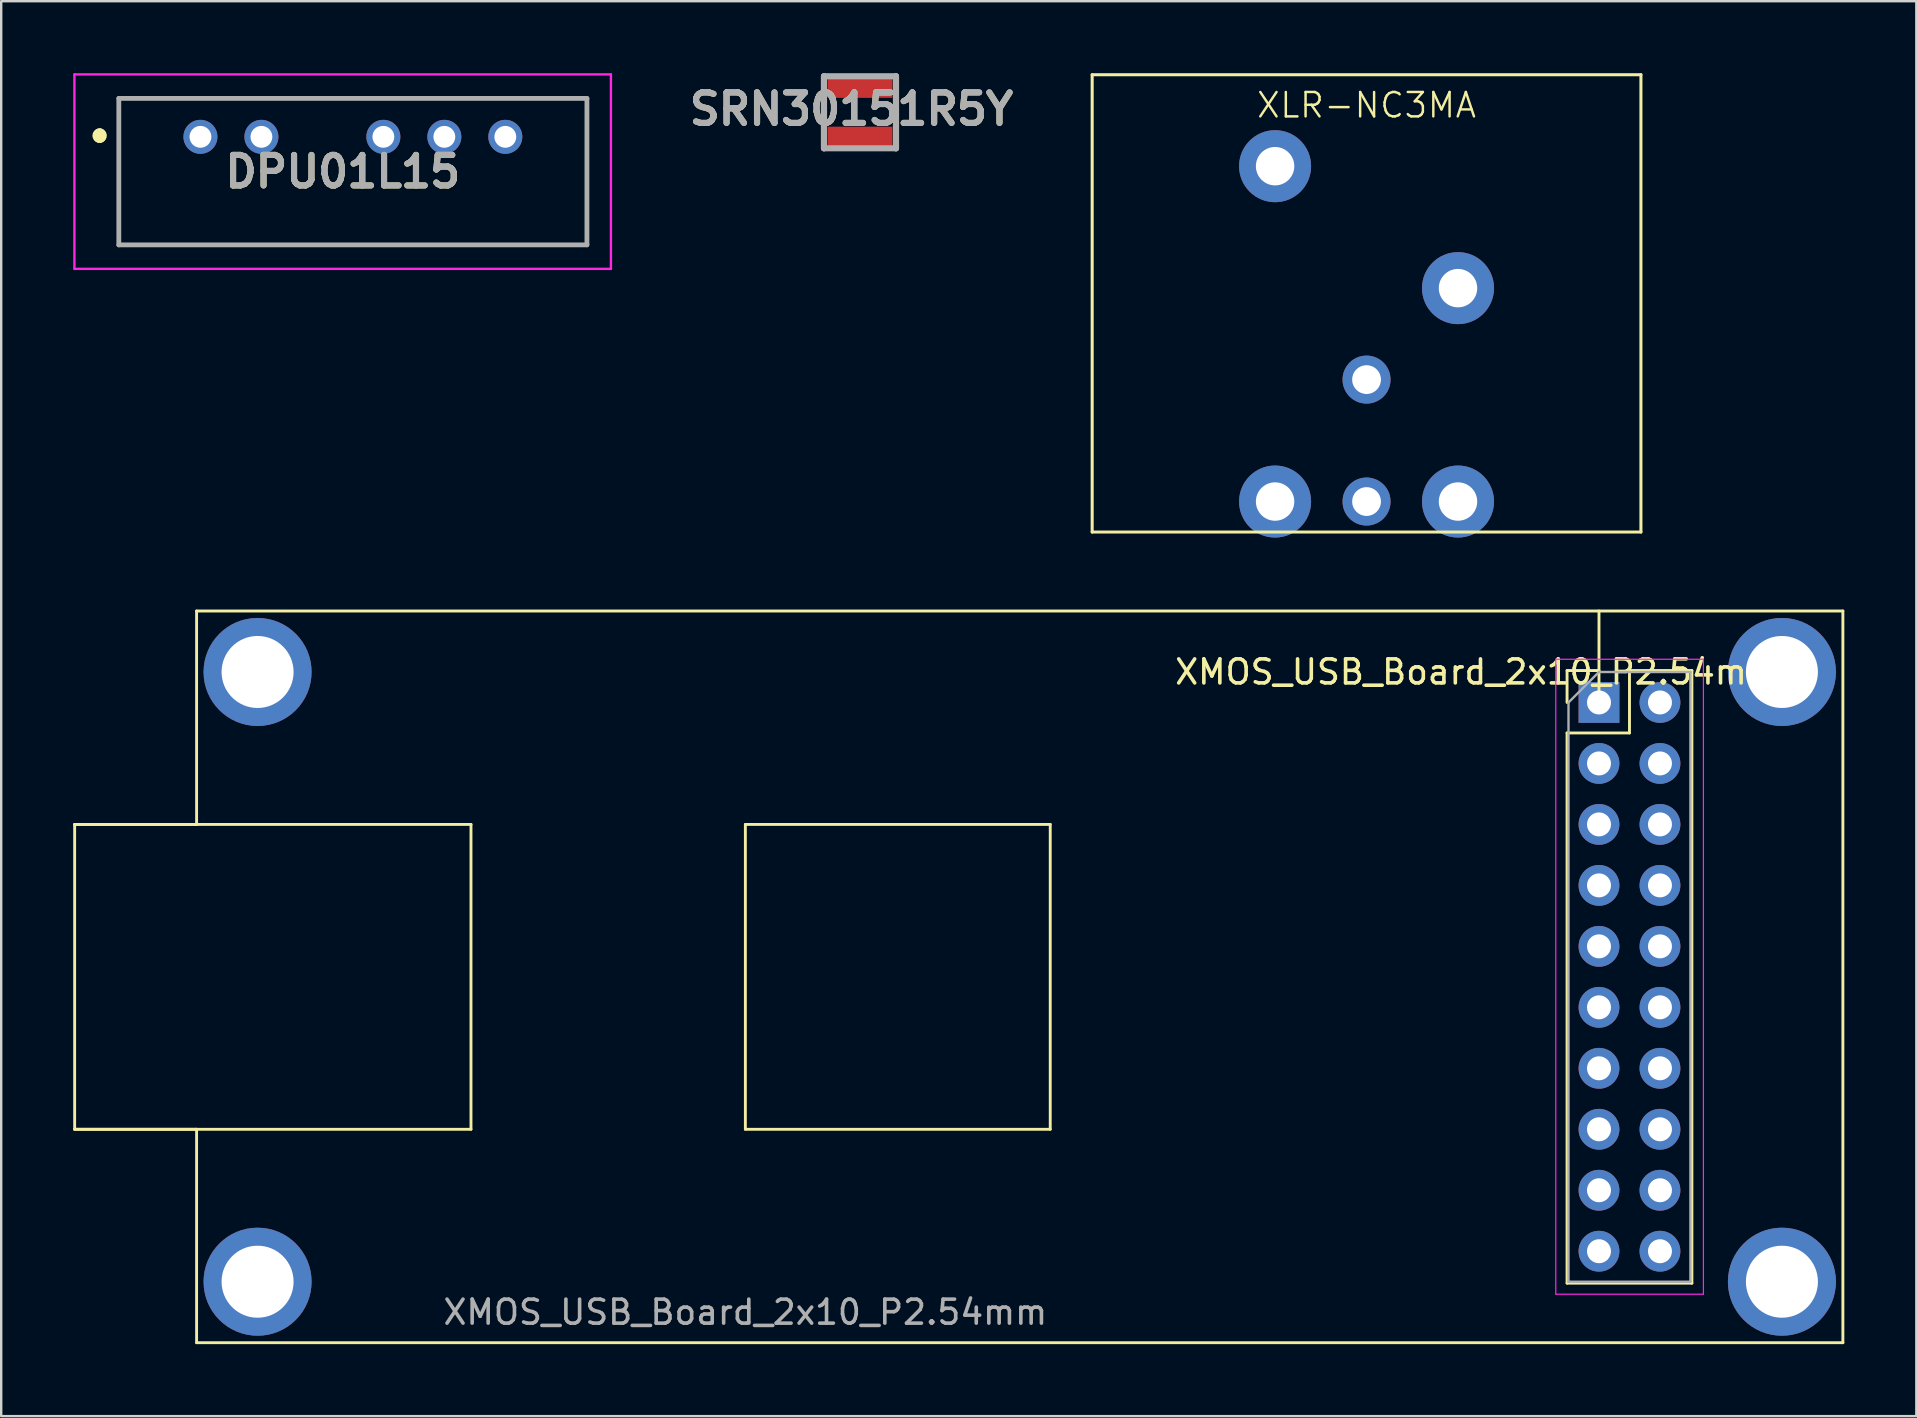
<source format=kicad_pcb>
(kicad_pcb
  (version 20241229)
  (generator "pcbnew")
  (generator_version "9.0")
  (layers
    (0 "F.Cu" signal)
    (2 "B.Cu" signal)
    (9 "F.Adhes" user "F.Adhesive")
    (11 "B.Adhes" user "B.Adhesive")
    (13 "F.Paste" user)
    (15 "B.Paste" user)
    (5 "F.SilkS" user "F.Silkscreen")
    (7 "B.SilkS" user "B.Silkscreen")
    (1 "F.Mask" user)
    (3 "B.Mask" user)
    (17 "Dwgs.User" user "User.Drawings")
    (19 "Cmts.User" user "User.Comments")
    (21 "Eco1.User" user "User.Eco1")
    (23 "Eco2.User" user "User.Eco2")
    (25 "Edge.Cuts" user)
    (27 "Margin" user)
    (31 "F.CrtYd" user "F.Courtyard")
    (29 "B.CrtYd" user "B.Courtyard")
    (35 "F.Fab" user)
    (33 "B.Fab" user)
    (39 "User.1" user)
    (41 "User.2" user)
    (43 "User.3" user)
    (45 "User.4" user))
  (footprint "SRN30151R5Y"
    (layer "F.Cu")
    (at 32.775 1.627)
    (property "Reference" "SRN30151R5Y" (at -0.358 -0.132 0) (layer "F.SilkS") (effects (font (size 1.27 1.27) (thickness 0.254))))
    (attr smd)
    (fp_line (start -1.5 -1.5) (end -1.5 1.5) (stroke (width 0.254) (type solid)) (layer "F.SilkS"))
    (fp_line (start 1.5 -1.5) (end 1.5 1.5) (stroke (width 0.254) (type solid)) (layer "F.SilkS"))
    (fp_line (start -1.5 -1.5) (end 1.5 -1.5) (stroke (width 0.254) (type solid)) (layer "F.Fab"))
    (fp_line (start -1.5 1.5) (end -1.5 -1.5) (stroke (width 0.254) (type solid)) (layer "F.Fab"))
    (fp_line (start 1.5 -1.5) (end 1.5 1.5) (stroke (width 0.254) (type solid)) (layer "F.Fab"))
    (fp_line (start 1.5 1.5) (end -1.5 1.5) (stroke (width 0.254) (type solid)) (layer "F.Fab"))
    (fp_text user "${REFERENCE}" (at -0.358 -0.132 0) (layer "F.Fab") (effects (font (size 1.27 1.27) (thickness 0.254))))
    (pad "1" smd rect (at 0 -1.1 90) (size 1 2.7) (layers "F.Cu" "F.Mask" "F.Paste"))
    (pad "2" smd rect (at 0 1.1 90) (size 1 2.7) (layers "F.Cu" "F.Mask" "F.Paste")))
  (footprint "XLR-NC3MA"
    (layer "F.Cu")
    (at 53.877 9.588)
    (property "Reference" "XLR-NC3MA" (at 0 -8.255 0) (layer "F.SilkS") (effects (font (size 1.016 1.016) (thickness 0.102))))
    (attr through_hole)
    (fp_line (start -11.43 -9.525) (end -11.43 9.525) (stroke (width 0.127) (type solid)) (layer "F.SilkS"))
    (fp_line (start -11.43 -9.525) (end 11.43 -9.525) (stroke (width 0.127) (type solid)) (layer "F.SilkS"))
    (fp_line (start -11.43 9.525) (end 11.43 9.525) (stroke (width 0.127) (type solid)) (layer "F.SilkS"))
    (fp_line (start 11.43 9.525) (end 11.43 -9.525) (stroke (width 0.127) (type solid)) (layer "F.SilkS"))
    (pad "1" thru_hole circle (at 3.81 8.255) (size 3 3) (drill 1.6) (layers "*.Cu" "*.Mask"))
    (pad "2" thru_hole circle (at -3.81 8.255) (size 3 3) (drill 1.6) (layers "*.Cu" "*.Mask"))
    (pad "3" thru_hole circle (at 0 8.255) (size 2 2) (drill 1.2) (layers "*.Cu" "*.Mask"))
    (pad "4" thru_hole circle (at 0 3.175) (size 2 2) (drill 1.2) (layers "*.Cu" "*.Mask"))
    (pad "Hole" thru_hole circle (at -3.81 -5.715) (size 3 3) (drill 1.6) (layers "*.Cu" "*.Mask"))
    (pad "Hole" thru_hole circle (at 3.81 -0.635) (size 3 3) (drill 1.6) (layers "*.Cu" "*.Mask")))
  (footprint "DPU01L15"
    (layer "F.Cu")
    (at 5.3 2.65)
    (property "Reference" "DPU01L15" (at 5.925 1.45 0) (layer "F.SilkS") (effects (font (size 1.27 1.27) (thickness 0.254))))
    (attr through_hole)
    (fp_line (start -4.2 -0.1) (end -4.2 -0.1) (stroke (width 0.5) (type solid)) (layer "F.SilkS"))
    (fp_line (start -4.2 0) (end -4.2 0) (stroke (width 0.5) (type solid)) (layer "F.SilkS"))
    (fp_line (start -3.4 -1.6) (end 16.1 -1.6) (stroke (width 0.1) (type solid)) (layer "F.SilkS"))
    (fp_line (start -3.4 4.5) (end -3.4 -1.6) (stroke (width 0.1) (type solid)) (layer "F.SilkS"))
    (fp_line (start 16.1 -1.6) (end 16.1 4.5) (stroke (width 0.1) (type solid)) (layer "F.SilkS"))
    (fp_line (start 16.1 4.5) (end -3.4 4.5) (stroke (width 0.1) (type solid)) (layer "F.SilkS"))
    (fp_arc (start -4.2 -0.1) (mid -4.15 -0.05) (end -4.2 0) (stroke (width 0.5) (type solid)) (layer "F.SilkS"))
    (fp_arc (start -4.2 0) (mid -4.25 -0.05) (end -4.2 -0.1) (stroke (width 0.5) (type solid)) (layer "F.SilkS"))
    (fp_line (start -5.25 -2.6) (end 17.1 -2.6) (stroke (width 0.1) (type solid)) (layer "F.CrtYd"))
    (fp_line (start -5.25 5.5) (end -5.25 -2.6) (stroke (width 0.1) (type solid)) (layer "F.CrtYd"))
    (fp_line (start 17.1 -2.6) (end 17.1 5.5) (stroke (width 0.1) (type solid)) (layer "F.CrtYd"))
    (fp_line (start 17.1 5.5) (end -5.25 5.5) (stroke (width 0.1) (type solid)) (layer "F.CrtYd"))
    (fp_line (start -3.4 -1.6) (end 16.1 -1.6) (stroke (width 0.2) (type solid)) (layer "F.Fab"))
    (fp_line (start -3.4 4.5) (end -3.4 -1.6) (stroke (width 0.2) (type solid)) (layer "F.Fab"))
    (fp_line (start 16.1 -1.6) (end 16.1 4.5) (stroke (width 0.2) (type solid)) (layer "F.Fab"))
    (fp_line (start 16.1 4.5) (end -3.4 4.5) (stroke (width 0.2) (type solid)) (layer "F.Fab"))
    (fp_text user "${REFERENCE}" (at 5.925 1.45 0) (layer "F.Fab") (effects (font (size 1.27 1.27) (thickness 0.254))))
    (pad "1" thru_hole circle (at 0 0) (size 1.416 1.416) (drill 0.91) (layers "*.Cu" "*.Mask"))
    (pad "2" thru_hole circle (at 2.54 0) (size 1.416 1.416) (drill 0.91) (layers "*.Cu" "*.Mask"))
    (pad "4" thru_hole circle (at 7.62 0) (size 1.416 1.416) (drill 0.91) (layers "*.Cu" "*.Mask"))
    (pad "5" thru_hole circle (at 10.16 0) (size 1.416 1.416) (drill 0.91) (layers "*.Cu" "*.Mask"))
    (pad "6" thru_hole circle (at 12.7 0) (size 1.416 1.416) (drill 0.91) (layers "*.Cu" "*.Mask")))
  (footprint "XMOS_USB_Board_2x10_P2.54mm"
    (layer "F.Cu")
    (at 63.56 26.213)
    (property "Reference" "XMOS_USB_Board_2x10_P2.54mm" (at -5.08 -1.27 0) (layer "F.SilkS") (effects (font (size 1 1) (thickness 0.15))))
    (attr through_hole)
    (fp_line (start -63.5 5.08) (end -63.5 17.78) (stroke (width 0.12) (type solid)) (layer "F.SilkS"))
    (fp_line (start -63.5 5.08) (end -46.99 5.08) (stroke (width 0.12) (type solid)) (layer "F.SilkS"))
    (fp_line (start -63.5 17.78) (end -58.42 17.78) (stroke (width 0.12) (type solid)) (layer "F.SilkS"))
    (fp_line (start -58.42 -3.81) (end -58.42 5.08) (stroke (width 0.12) (type solid)) (layer "F.SilkS"))
    (fp_line (start -58.42 -3.81) (end 10.16 -3.81) (stroke (width 0.12) (type solid)) (layer "F.SilkS"))
    (fp_line (start -58.42 5.08) (end -63.5 5.08) (stroke (width 0.12) (type solid)) (layer "F.SilkS"))
    (fp_line (start -58.42 26.67) (end -58.42 17.78) (stroke (width 0.12) (type solid)) (layer "F.SilkS"))
    (fp_line (start -58.42 26.67) (end 10.16 26.67) (stroke (width 0.12) (type solid)) (layer "F.SilkS"))
    (fp_line (start -46.99 5.08) (end -46.99 17.78) (stroke (width 0.12) (type solid)) (layer "F.SilkS"))
    (fp_line (start -46.99 17.78) (end -63.5 17.78) (stroke (width 0.12) (type solid)) (layer "F.SilkS"))
    (fp_line (start -35.56 5.08) (end -22.86 5.08) (stroke (width 0.12) (type solid)) (layer "F.SilkS"))
    (fp_line (start -35.56 17.78) (end -35.56 5.08) (stroke (width 0.12) (type solid)) (layer "F.SilkS"))
    (fp_line (start -22.86 5.08) (end -22.86 17.78) (stroke (width 0.12) (type solid)) (layer "F.SilkS"))
    (fp_line (start -22.86 17.78) (end -35.56 17.78) (stroke (width 0.12) (type solid)) (layer "F.SilkS"))
    (fp_line (start -1.33 -1.33) (end 0 -1.33) (stroke (width 0.12) (type solid)) (layer "F.SilkS"))
    (fp_line (start -1.33 0) (end -1.33 -1.33) (stroke (width 0.12) (type solid)) (layer "F.SilkS"))
    (fp_line (start -1.33 1.27) (end -1.33 24.19) (stroke (width 0.12) (type solid)) (layer "F.SilkS"))
    (fp_line (start -1.33 1.27) (end 1.27 1.27) (stroke (width 0.12) (type solid)) (layer "F.SilkS"))
    (fp_line (start -1.33 24.19) (end 3.87 24.19) (stroke (width 0.12) (type solid)) (layer "F.SilkS"))
    (fp_line (start 0 0) (end 0 -3.81) (stroke (width 0.12) (type solid)) (layer "F.SilkS"))
    (fp_line (start 1.27 -1.33) (end 3.87 -1.33) (stroke (width 0.12) (type solid)) (layer "F.SilkS"))
    (fp_line (start 1.27 1.27) (end 1.27 -1.33) (stroke (width 0.12) (type solid)) (layer "F.SilkS"))
    (fp_line (start 3.87 -1.33) (end 3.87 24.19) (stroke (width 0.12) (type solid)) (layer "F.SilkS"))
    (fp_line (start 10.16 26.67) (end 10.16 -3.81) (stroke (width 0.12) (type solid)) (layer "F.SilkS"))
    (fp_line (start -1.8 -1.8) (end -1.8 24.65) (stroke (width 0.05) (type solid)) (layer "F.CrtYd"))
    (fp_line (start -1.8 24.65) (end 4.35 24.65) (stroke (width 0.05) (type solid)) (layer "F.CrtYd"))
    (fp_line (start 4.35 -1.8) (end -1.8 -1.8) (stroke (width 0.05) (type solid)) (layer "F.CrtYd"))
    (fp_line (start 4.35 24.65) (end 4.35 -1.8) (stroke (width 0.05) (type solid)) (layer "F.CrtYd"))
    (fp_line (start -1.27 0) (end 0 -1.27) (stroke (width 0.1) (type solid)) (layer "F.Fab"))
    (fp_line (start -1.27 24.13) (end -1.27 0) (stroke (width 0.1) (type solid)) (layer "F.Fab"))
    (fp_line (start 0 -1.27) (end 3.81 -1.27) (stroke (width 0.1) (type solid)) (layer "F.Fab"))
    (fp_line (start 3.81 -1.27) (end 3.81 24.13) (stroke (width 0.1) (type solid)) (layer "F.Fab"))
    (fp_line (start 3.81 24.13) (end -1.27 24.13) (stroke (width 0.1) (type solid)) (layer "F.Fab"))
    (fp_text user "${REFERENCE}" (at -35.56 25.4 0) (layer "F.Fab") (effects (font (size 1 1) (thickness 0.15))))
    (pad "1" thru_hole rect (at 0 0) (size 1.7 1.7) (drill 1) (layers "*.Cu" "*.Mask"))
    (pad "2" thru_hole oval (at 2.54 0) (size 1.7 1.7) (drill 1) (layers "*.Cu" "*.Mask"))
    (pad "3" thru_hole oval (at 0 2.54) (size 1.7 1.7) (drill 1) (layers "*.Cu" "*.Mask"))
    (pad "4" thru_hole oval (at 2.54 2.54) (size 1.7 1.7) (drill 1) (layers "*.Cu" "*.Mask"))
    (pad "5" thru_hole oval (at 0 5.08) (size 1.7 1.7) (drill 1) (layers "*.Cu" "*.Mask"))
    (pad "6" thru_hole oval (at 2.54 5.08) (size 1.7 1.7) (drill 1) (layers "*.Cu" "*.Mask"))
    (pad "7" thru_hole oval (at 0 7.62) (size 1.7 1.7) (drill 1) (layers "*.Cu" "*.Mask"))
    (pad "8" thru_hole oval (at 2.54 7.62) (size 1.7 1.7) (drill 1) (layers "*.Cu" "*.Mask"))
    (pad "9" thru_hole oval (at 0 10.16) (size 1.7 1.7) (drill 1) (layers "*.Cu" "*.Mask"))
    (pad "10" thru_hole oval (at 2.54 10.16) (size 1.7 1.7) (drill 1) (layers "*.Cu" "*.Mask"))
    (pad "11" thru_hole oval (at 0 12.7) (size 1.7 1.7) (drill 1) (layers "*.Cu" "*.Mask"))
    (pad "12" thru_hole oval (at 2.54 12.7) (size 1.7 1.7) (drill 1) (layers "*.Cu" "*.Mask"))
    (pad "13" thru_hole oval (at 0 15.24) (size 1.7 1.7) (drill 1) (layers "*.Cu" "*.Mask"))
    (pad "14" thru_hole oval (at 2.54 15.24) (size 1.7 1.7) (drill 1) (layers "*.Cu" "*.Mask"))
    (pad "15" thru_hole oval (at 0 17.78) (size 1.7 1.7) (drill 1) (layers "*.Cu" "*.Mask"))
    (pad "16" thru_hole oval (at 2.54 17.78) (size 1.7 1.7) (drill 1) (layers "*.Cu" "*.Mask"))
    (pad "17" thru_hole oval (at 0 20.32) (size 1.7 1.7) (drill 1) (layers "*.Cu" "*.Mask"))
    (pad "18" thru_hole oval (at 2.54 20.32) (size 1.7 1.7) (drill 1) (layers "*.Cu" "*.Mask"))
    (pad "19" thru_hole oval (at 0 22.86) (size 1.7 1.7) (drill 1) (layers "*.Cu" "*.Mask"))
    (pad "20" thru_hole oval (at 2.54 22.86) (size 1.7 1.7) (drill 1) (layers "*.Cu" "*.Mask"))
    (pad "21" thru_hole circle (at -55.88 24.13) (size 4.5 4.5) (drill 3) (layers "*.Cu" "*.Mask"))
    (pad "22" thru_hole circle (at 7.62 24.13) (size 4.5 4.5) (drill 3) (layers "*.Cu" "*.Mask"))
    (pad "23" thru_hole circle (at -55.88 -1.27) (size 4.5 4.5) (drill 3) (layers "*.Cu" "*.Mask"))
    (pad "24" thru_hole circle (at 7.62 -1.27) (size 4.5 4.5) (drill 3) (layers "*.Cu" "*.Mask")))
  (gr_rect
    (start -3 -3)
    (end 76.78 55.944)
    (stroke (width 0.1) (type default))
    (fill no)
    (layer "Edge.Cuts")))
</source>
